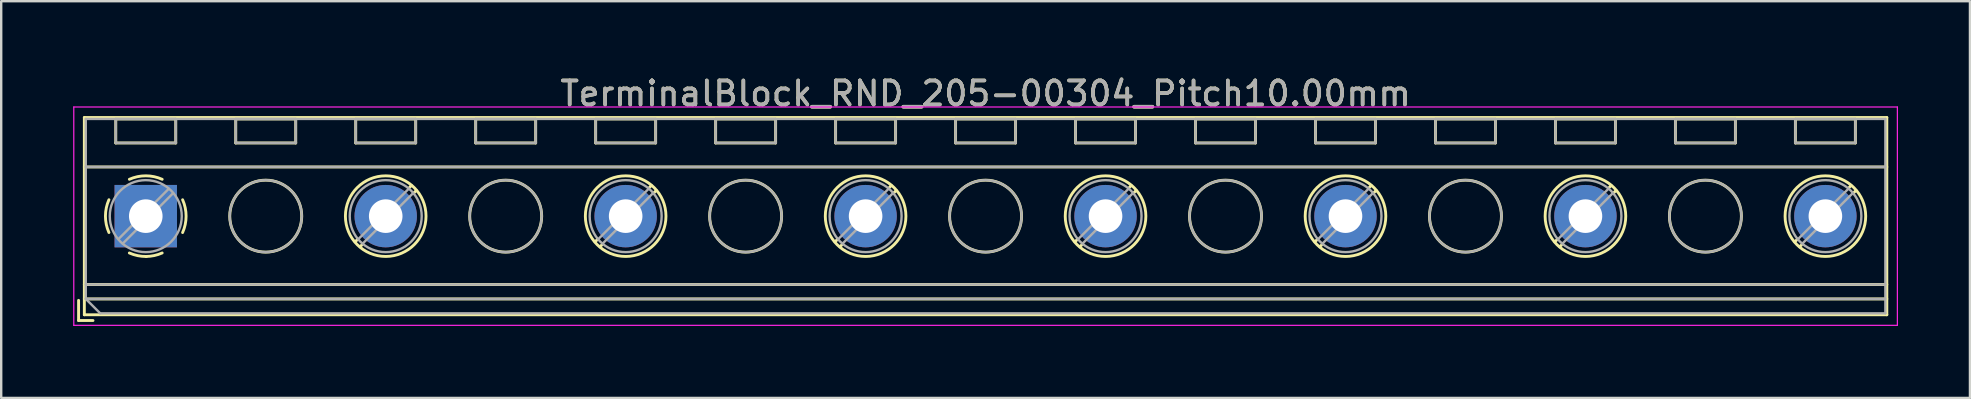
<source format=kicad_pcb>
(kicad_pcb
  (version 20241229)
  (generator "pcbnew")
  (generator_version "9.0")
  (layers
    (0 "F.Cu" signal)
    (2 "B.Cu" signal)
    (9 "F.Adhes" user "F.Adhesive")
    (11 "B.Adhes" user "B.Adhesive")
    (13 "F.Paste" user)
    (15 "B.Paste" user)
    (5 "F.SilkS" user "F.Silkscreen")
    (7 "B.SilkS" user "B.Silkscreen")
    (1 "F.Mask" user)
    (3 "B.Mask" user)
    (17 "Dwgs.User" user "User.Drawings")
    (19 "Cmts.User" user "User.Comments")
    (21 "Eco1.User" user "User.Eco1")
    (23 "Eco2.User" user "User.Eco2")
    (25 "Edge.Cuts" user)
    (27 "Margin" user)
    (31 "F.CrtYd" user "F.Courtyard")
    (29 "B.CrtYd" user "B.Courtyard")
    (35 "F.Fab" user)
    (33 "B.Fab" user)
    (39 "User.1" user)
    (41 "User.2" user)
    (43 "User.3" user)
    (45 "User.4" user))
  (footprint "TerminalBlock_RND_205-00304_Pitch10.00mm"
    (layer "F.Cu")
    (at 3.025 5.958)
    (property "Reference" "TerminalBlock_RND_205-00304_Pitch10.00mm" (at 35 -5.11 0) (layer "F.SilkS") (effects (font (size 1 1) (thickness 0.15))))
    (attr through_hole)
    (fp_line (start -2.8 3.51) (end -2.8 4.35) (stroke (width 0.12) (type solid)) (layer "F.SilkS"))
    (fp_line (start -2.8 4.35) (end -2.2 4.35) (stroke (width 0.12) (type solid)) (layer "F.SilkS"))
    (fp_line (start -2.56 -4.11) (end -2.56 4.11) (stroke (width 0.12) (type solid)) (layer "F.SilkS"))
    (fp_line (start -2.56 -2.05) (end 72.56 -2.05) (stroke (width 0.12) (type solid)) (layer "F.SilkS"))
    (fp_line (start -2.56 2.85) (end 72.56 2.85) (stroke (width 0.12) (type solid)) (layer "F.SilkS"))
    (fp_line (start -2.56 3.45) (end 72.56 3.45) (stroke (width 0.12) (type solid)) (layer "F.SilkS"))
    (fp_line (start -2.56 4.11) (end 72.56 4.11) (stroke (width 0.12) (type solid)) (layer "F.SilkS"))
    (fp_line (start -1.25 -4.05) (end -1.25 -3.05) (stroke (width 0.12) (type solid)) (layer "F.SilkS"))
    (fp_line (start -1.25 -4.05) (end 1.25 -4.05) (stroke (width 0.12) (type solid)) (layer "F.SilkS"))
    (fp_line (start -1.25 -3.05) (end 1.25 -3.05) (stroke (width 0.12) (type solid)) (layer "F.SilkS"))
    (fp_line (start 1.25 -4.05) (end 1.25 -3.05) (stroke (width 0.12) (type solid)) (layer "F.SilkS"))
    (fp_line (start 3.75 -4.05) (end 3.75 -3.05) (stroke (width 0.12) (type solid)) (layer "F.SilkS"))
    (fp_line (start 3.75 -4.05) (end 6.25 -4.05) (stroke (width 0.12) (type solid)) (layer "F.SilkS"))
    (fp_line (start 3.75 -3.05) (end 6.25 -3.05) (stroke (width 0.12) (type solid)) (layer "F.SilkS"))
    (fp_line (start 6.25 -4.05) (end 6.25 -3.05) (stroke (width 0.12) (type solid)) (layer "F.SilkS"))
    (fp_line (start 8.75 -4.05) (end 8.75 -3.05) (stroke (width 0.12) (type solid)) (layer "F.SilkS"))
    (fp_line (start 8.75 -4.05) (end 11.25 -4.05) (stroke (width 0.12) (type solid)) (layer "F.SilkS"))
    (fp_line (start 8.75 -3.05) (end 11.25 -3.05) (stroke (width 0.12) (type solid)) (layer "F.SilkS"))
    (fp_line (start 8.82 0.976) (end 8.726 1.069) (stroke (width 0.12) (type solid)) (layer "F.SilkS"))
    (fp_line (start 9.002 1.204) (end 8.931 1.274) (stroke (width 0.12) (type solid)) (layer "F.SilkS"))
    (fp_line (start 11.07 -1.275) (end 10.999 -1.204) (stroke (width 0.12) (type solid)) (layer "F.SilkS"))
    (fp_line (start 11.25 -4.05) (end 11.25 -3.05) (stroke (width 0.12) (type solid)) (layer "F.SilkS"))
    (fp_line (start 11.275 -1.069) (end 11.181 -0.976) (stroke (width 0.12) (type solid)) (layer "F.SilkS"))
    (fp_line (start 13.75 -4.05) (end 13.75 -3.05) (stroke (width 0.12) (type solid)) (layer "F.SilkS"))
    (fp_line (start 13.75 -4.05) (end 16.25 -4.05) (stroke (width 0.12) (type solid)) (layer "F.SilkS"))
    (fp_line (start 13.75 -3.05) (end 16.25 -3.05) (stroke (width 0.12) (type solid)) (layer "F.SilkS"))
    (fp_line (start 16.25 -4.05) (end 16.25 -3.05) (stroke (width 0.12) (type solid)) (layer "F.SilkS"))
    (fp_line (start 18.75 -4.05) (end 18.75 -3.05) (stroke (width 0.12) (type solid)) (layer "F.SilkS"))
    (fp_line (start 18.75 -4.05) (end 21.25 -4.05) (stroke (width 0.12) (type solid)) (layer "F.SilkS"))
    (fp_line (start 18.75 -3.05) (end 21.25 -3.05) (stroke (width 0.12) (type solid)) (layer "F.SilkS"))
    (fp_line (start 18.82 0.976) (end 18.726 1.069) (stroke (width 0.12) (type solid)) (layer "F.SilkS"))
    (fp_line (start 19.002 1.204) (end 18.931 1.274) (stroke (width 0.12) (type solid)) (layer "F.SilkS"))
    (fp_line (start 21.07 -1.275) (end 20.999 -1.204) (stroke (width 0.12) (type solid)) (layer "F.SilkS"))
    (fp_line (start 21.25 -4.05) (end 21.25 -3.05) (stroke (width 0.12) (type solid)) (layer "F.SilkS"))
    (fp_line (start 21.275 -1.069) (end 21.181 -0.976) (stroke (width 0.12) (type solid)) (layer "F.SilkS"))
    (fp_line (start 23.75 -4.05) (end 23.75 -3.05) (stroke (width 0.12) (type solid)) (layer "F.SilkS"))
    (fp_line (start 23.75 -4.05) (end 26.25 -4.05) (stroke (width 0.12) (type solid)) (layer "F.SilkS"))
    (fp_line (start 23.75 -3.05) (end 26.25 -3.05) (stroke (width 0.12) (type solid)) (layer "F.SilkS"))
    (fp_line (start 26.25 -4.05) (end 26.25 -3.05) (stroke (width 0.12) (type solid)) (layer "F.SilkS"))
    (fp_line (start 28.75 -4.05) (end 28.75 -3.05) (stroke (width 0.12) (type solid)) (layer "F.SilkS"))
    (fp_line (start 28.75 -4.05) (end 31.25 -4.05) (stroke (width 0.12) (type solid)) (layer "F.SilkS"))
    (fp_line (start 28.75 -3.05) (end 31.25 -3.05) (stroke (width 0.12) (type solid)) (layer "F.SilkS"))
    (fp_line (start 28.82 0.976) (end 28.726 1.069) (stroke (width 0.12) (type solid)) (layer "F.SilkS"))
    (fp_line (start 29.002 1.204) (end 28.931 1.274) (stroke (width 0.12) (type solid)) (layer "F.SilkS"))
    (fp_line (start 31.07 -1.275) (end 30.999 -1.204) (stroke (width 0.12) (type solid)) (layer "F.SilkS"))
    (fp_line (start 31.25 -4.05) (end 31.25 -3.05) (stroke (width 0.12) (type solid)) (layer "F.SilkS"))
    (fp_line (start 31.275 -1.069) (end 31.181 -0.976) (stroke (width 0.12) (type solid)) (layer "F.SilkS"))
    (fp_line (start 33.75 -4.05) (end 33.75 -3.05) (stroke (width 0.12) (type solid)) (layer "F.SilkS"))
    (fp_line (start 33.75 -4.05) (end 36.25 -4.05) (stroke (width 0.12) (type solid)) (layer "F.SilkS"))
    (fp_line (start 33.75 -3.05) (end 36.25 -3.05) (stroke (width 0.12) (type solid)) (layer "F.SilkS"))
    (fp_line (start 36.25 -4.05) (end 36.25 -3.05) (stroke (width 0.12) (type solid)) (layer "F.SilkS"))
    (fp_line (start 38.75 -4.05) (end 38.75 -3.05) (stroke (width 0.12) (type solid)) (layer "F.SilkS"))
    (fp_line (start 38.75 -4.05) (end 41.25 -4.05) (stroke (width 0.12) (type solid)) (layer "F.SilkS"))
    (fp_line (start 38.75 -3.05) (end 41.25 -3.05) (stroke (width 0.12) (type solid)) (layer "F.SilkS"))
    (fp_line (start 38.82 0.976) (end 38.726 1.069) (stroke (width 0.12) (type solid)) (layer "F.SilkS"))
    (fp_line (start 39.002 1.204) (end 38.931 1.274) (stroke (width 0.12) (type solid)) (layer "F.SilkS"))
    (fp_line (start 41.07 -1.275) (end 40.999 -1.204) (stroke (width 0.12) (type solid)) (layer "F.SilkS"))
    (fp_line (start 41.25 -4.05) (end 41.25 -3.05) (stroke (width 0.12) (type solid)) (layer "F.SilkS"))
    (fp_line (start 41.275 -1.069) (end 41.181 -0.976) (stroke (width 0.12) (type solid)) (layer "F.SilkS"))
    (fp_line (start 43.75 -4.05) (end 43.75 -3.05) (stroke (width 0.12) (type solid)) (layer "F.SilkS"))
    (fp_line (start 43.75 -4.05) (end 46.25 -4.05) (stroke (width 0.12) (type solid)) (layer "F.SilkS"))
    (fp_line (start 43.75 -3.05) (end 46.25 -3.05) (stroke (width 0.12) (type solid)) (layer "F.SilkS"))
    (fp_line (start 46.25 -4.05) (end 46.25 -3.05) (stroke (width 0.12) (type solid)) (layer "F.SilkS"))
    (fp_line (start 48.75 -4.05) (end 48.75 -3.05) (stroke (width 0.12) (type solid)) (layer "F.SilkS"))
    (fp_line (start 48.75 -4.05) (end 51.25 -4.05) (stroke (width 0.12) (type solid)) (layer "F.SilkS"))
    (fp_line (start 48.75 -3.05) (end 51.25 -3.05) (stroke (width 0.12) (type solid)) (layer "F.SilkS"))
    (fp_line (start 48.82 0.976) (end 48.726 1.069) (stroke (width 0.12) (type solid)) (layer "F.SilkS"))
    (fp_line (start 49.002 1.204) (end 48.931 1.274) (stroke (width 0.12) (type solid)) (layer "F.SilkS"))
    (fp_line (start 51.07 -1.275) (end 50.999 -1.204) (stroke (width 0.12) (type solid)) (layer "F.SilkS"))
    (fp_line (start 51.25 -4.05) (end 51.25 -3.05) (stroke (width 0.12) (type solid)) (layer "F.SilkS"))
    (fp_line (start 51.275 -1.069) (end 51.181 -0.976) (stroke (width 0.12) (type solid)) (layer "F.SilkS"))
    (fp_line (start 53.75 -4.05) (end 53.75 -3.05) (stroke (width 0.12) (type solid)) (layer "F.SilkS"))
    (fp_line (start 53.75 -4.05) (end 56.25 -4.05) (stroke (width 0.12) (type solid)) (layer "F.SilkS"))
    (fp_line (start 53.75 -3.05) (end 56.25 -3.05) (stroke (width 0.12) (type solid)) (layer "F.SilkS"))
    (fp_line (start 56.25 -4.05) (end 56.25 -3.05) (stroke (width 0.12) (type solid)) (layer "F.SilkS"))
    (fp_line (start 58.75 -4.05) (end 58.75 -3.05) (stroke (width 0.12) (type solid)) (layer "F.SilkS"))
    (fp_line (start 58.75 -4.05) (end 61.25 -4.05) (stroke (width 0.12) (type solid)) (layer "F.SilkS"))
    (fp_line (start 58.75 -3.05) (end 61.25 -3.05) (stroke (width 0.12) (type solid)) (layer "F.SilkS"))
    (fp_line (start 58.82 0.976) (end 58.726 1.069) (stroke (width 0.12) (type solid)) (layer "F.SilkS"))
    (fp_line (start 59.002 1.204) (end 58.931 1.274) (stroke (width 0.12) (type solid)) (layer "F.SilkS"))
    (fp_line (start 61.07 -1.275) (end 60.999 -1.204) (stroke (width 0.12) (type solid)) (layer "F.SilkS"))
    (fp_line (start 61.25 -4.05) (end 61.25 -3.05) (stroke (width 0.12) (type solid)) (layer "F.SilkS"))
    (fp_line (start 61.275 -1.069) (end 61.181 -0.976) (stroke (width 0.12) (type solid)) (layer "F.SilkS"))
    (fp_line (start 63.75 -4.05) (end 63.75 -3.05) (stroke (width 0.12) (type solid)) (layer "F.SilkS"))
    (fp_line (start 63.75 -4.05) (end 66.25 -4.05) (stroke (width 0.12) (type solid)) (layer "F.SilkS"))
    (fp_line (start 63.75 -3.05) (end 66.25 -3.05) (stroke (width 0.12) (type solid)) (layer "F.SilkS"))
    (fp_line (start 66.25 -4.05) (end 66.25 -3.05) (stroke (width 0.12) (type solid)) (layer "F.SilkS"))
    (fp_line (start 68.75 -4.05) (end 68.75 -3.05) (stroke (width 0.12) (type solid)) (layer "F.SilkS"))
    (fp_line (start 68.75 -4.05) (end 71.25 -4.05) (stroke (width 0.12) (type solid)) (layer "F.SilkS"))
    (fp_line (start 68.75 -3.05) (end 71.25 -3.05) (stroke (width 0.12) (type solid)) (layer "F.SilkS"))
    (fp_line (start 68.82 0.976) (end 68.726 1.069) (stroke (width 0.12) (type solid)) (layer "F.SilkS"))
    (fp_line (start 69.002 1.204) (end 68.931 1.274) (stroke (width 0.12) (type solid)) (layer "F.SilkS"))
    (fp_line (start 71.07 -1.275) (end 70.999 -1.204) (stroke (width 0.12) (type solid)) (layer "F.SilkS"))
    (fp_line (start 71.25 -4.05) (end 71.25 -3.05) (stroke (width 0.12) (type solid)) (layer "F.SilkS"))
    (fp_line (start 71.275 -1.069) (end 71.181 -0.976) (stroke (width 0.12) (type solid)) (layer "F.SilkS"))
    (fp_line (start 72.56 -4.11) (end -2.56 -4.11) (stroke (width 0.12) (type solid)) (layer "F.SilkS"))
    (fp_line (start 72.56 4.11) (end 72.56 -4.11) (stroke (width 0.12) (type solid)) (layer "F.SilkS"))
    (fp_arc (start -1.535427 0.683042) (mid -1.680501 -0.000524) (end -1.535 -0.684) (stroke (width 0.12) (type solid)) (layer "F.SilkS"))
    (fp_arc (start -0.683042 -1.535427) (mid 0.000524 -1.680501) (end 0.684 -1.535) (stroke (width 0.12) (type solid)) (layer "F.SilkS"))
    (fp_arc (start 0.028805 1.680253) (mid -0.335551 1.646659) (end -0.684 1.535) (stroke (width 0.12) (type solid)) (layer "F.SilkS"))
    (fp_arc (start 0.683318 1.534756) (mid 0.349292 1.643288) (end 0 1.68) (stroke (width 0.12) (type solid)) (layer "F.SilkS"))
    (fp_arc (start 1.535427 -0.683042) (mid 1.680501 0.000524) (end 1.535 0.684) (stroke (width 0.12) (type solid)) (layer "F.SilkS"))
    (fp_circle (center 5 0) (end 6.5 0) (stroke (width 0.12) (type solid)) (fill no) (layer "F.SilkS"))
    (fp_circle (center 10 0) (end 11.68 0) (stroke (width 0.12) (type solid)) (fill no) (layer "F.SilkS"))
    (fp_circle (center 15 0) (end 16.5 0) (stroke (width 0.12) (type solid)) (fill no) (layer "F.SilkS"))
    (fp_circle (center 20 0) (end 21.68 0) (stroke (width 0.12) (type solid)) (fill no) (layer "F.SilkS"))
    (fp_circle (center 25 0) (end 26.5 0) (stroke (width 0.12) (type solid)) (fill no) (layer "F.SilkS"))
    (fp_circle (center 30 0) (end 31.68 0) (stroke (width 0.12) (type solid)) (fill no) (layer "F.SilkS"))
    (fp_circle (center 35 0) (end 36.5 0) (stroke (width 0.12) (type solid)) (fill no) (layer "F.SilkS"))
    (fp_circle (center 40 0) (end 41.68 0) (stroke (width 0.12) (type solid)) (fill no) (layer "F.SilkS"))
    (fp_circle (center 45 0) (end 46.5 0) (stroke (width 0.12) (type solid)) (fill no) (layer "F.SilkS"))
    (fp_circle (center 50 0) (end 51.68 0) (stroke (width 0.12) (type solid)) (fill no) (layer "F.SilkS"))
    (fp_circle (center 55 0) (end 56.5 0) (stroke (width 0.12) (type solid)) (fill no) (layer "F.SilkS"))
    (fp_circle (center 60 0) (end 61.68 0) (stroke (width 0.12) (type solid)) (fill no) (layer "F.SilkS"))
    (fp_circle (center 65 0) (end 66.5 0) (stroke (width 0.12) (type solid)) (fill no) (layer "F.SilkS"))
    (fp_circle (center 70 0) (end 71.68 0) (stroke (width 0.12) (type solid)) (fill no) (layer "F.SilkS"))
    (fp_line (start -3 -4.55) (end -3 4.55) (stroke (width 0.05) (type solid)) (layer "F.CrtYd"))
    (fp_line (start -3 4.55) (end 73 4.55) (stroke (width 0.05) (type solid)) (layer "F.CrtYd"))
    (fp_line (start 73 -4.55) (end -3 -4.55) (stroke (width 0.05) (type solid)) (layer "F.CrtYd"))
    (fp_line (start 73 4.55) (end 73 -4.55) (stroke (width 0.05) (type solid)) (layer "F.CrtYd"))
    (fp_line (start -2.5 -4.05) (end 72.5 -4.05) (stroke (width 0.1) (type solid)) (layer "F.Fab"))
    (fp_line (start -2.5 -2.05) (end 72.5 -2.05) (stroke (width 0.1) (type solid)) (layer "F.Fab"))
    (fp_line (start -2.5 2.85) (end 72.5 2.85) (stroke (width 0.1) (type solid)) (layer "F.Fab"))
    (fp_line (start -2.5 3.45) (end -2.5 -4.05) (stroke (width 0.1) (type solid)) (layer "F.Fab"))
    (fp_line (start -2.5 3.45) (end 72.5 3.45) (stroke (width 0.1) (type solid)) (layer "F.Fab"))
    (fp_line (start -1.9 4.05) (end -2.5 3.45) (stroke (width 0.1) (type solid)) (layer "F.Fab"))
    (fp_line (start -1.25 -4.05) (end -1.25 -3.05) (stroke (width 0.1) (type solid)) (layer "F.Fab"))
    (fp_line (start -1.25 -3.05) (end 1.25 -3.05) (stroke (width 0.1) (type solid)) (layer "F.Fab"))
    (fp_line (start 0.955 -1.138) (end -1.138 0.955) (stroke (width 0.1) (type solid)) (layer "F.Fab"))
    (fp_line (start 1.138 -0.955) (end -0.955 1.138) (stroke (width 0.1) (type solid)) (layer "F.Fab"))
    (fp_line (start 1.25 -4.05) (end -1.25 -4.05) (stroke (width 0.1) (type solid)) (layer "F.Fab"))
    (fp_line (start 1.25 -3.05) (end 1.25 -4.05) (stroke (width 0.1) (type solid)) (layer "F.Fab"))
    (fp_line (start 3.75 -4.05) (end 3.75 -3.05) (stroke (width 0.1) (type solid)) (layer "F.Fab"))
    (fp_line (start 3.75 -3.05) (end 6.25 -3.05) (stroke (width 0.1) (type solid)) (layer "F.Fab"))
    (fp_line (start 6.25 -4.05) (end 3.75 -4.05) (stroke (width 0.1) (type solid)) (layer "F.Fab"))
    (fp_line (start 6.25 -3.05) (end 6.25 -4.05) (stroke (width 0.1) (type solid)) (layer "F.Fab"))
    (fp_line (start 8.75 -4.05) (end 8.75 -3.05) (stroke (width 0.1) (type solid)) (layer "F.Fab"))
    (fp_line (start 8.75 -3.05) (end 11.25 -3.05) (stroke (width 0.1) (type solid)) (layer "F.Fab"))
    (fp_line (start 10.955 -1.138) (end 8.863 0.955) (stroke (width 0.1) (type solid)) (layer "F.Fab"))
    (fp_line (start 11.138 -0.955) (end 9.046 1.138) (stroke (width 0.1) (type solid)) (layer "F.Fab"))
    (fp_line (start 11.25 -4.05) (end 8.75 -4.05) (stroke (width 0.1) (type solid)) (layer "F.Fab"))
    (fp_line (start 11.25 -3.05) (end 11.25 -4.05) (stroke (width 0.1) (type solid)) (layer "F.Fab"))
    (fp_line (start 13.75 -4.05) (end 13.75 -3.05) (stroke (width 0.1) (type solid)) (layer "F.Fab"))
    (fp_line (start 13.75 -3.05) (end 16.25 -3.05) (stroke (width 0.1) (type solid)) (layer "F.Fab"))
    (fp_line (start 16.25 -4.05) (end 13.75 -4.05) (stroke (width 0.1) (type solid)) (layer "F.Fab"))
    (fp_line (start 16.25 -3.05) (end 16.25 -4.05) (stroke (width 0.1) (type solid)) (layer "F.Fab"))
    (fp_line (start 18.75 -4.05) (end 18.75 -3.05) (stroke (width 0.1) (type solid)) (layer "F.Fab"))
    (fp_line (start 18.75 -3.05) (end 21.25 -3.05) (stroke (width 0.1) (type solid)) (layer "F.Fab"))
    (fp_line (start 20.955 -1.138) (end 18.863 0.955) (stroke (width 0.1) (type solid)) (layer "F.Fab"))
    (fp_line (start 21.138 -0.955) (end 19.046 1.138) (stroke (width 0.1) (type solid)) (layer "F.Fab"))
    (fp_line (start 21.25 -4.05) (end 18.75 -4.05) (stroke (width 0.1) (type solid)) (layer "F.Fab"))
    (fp_line (start 21.25 -3.05) (end 21.25 -4.05) (stroke (width 0.1) (type solid)) (layer "F.Fab"))
    (fp_line (start 23.75 -4.05) (end 23.75 -3.05) (stroke (width 0.1) (type solid)) (layer "F.Fab"))
    (fp_line (start 23.75 -3.05) (end 26.25 -3.05) (stroke (width 0.1) (type solid)) (layer "F.Fab"))
    (fp_line (start 26.25 -4.05) (end 23.75 -4.05) (stroke (width 0.1) (type solid)) (layer "F.Fab"))
    (fp_line (start 26.25 -3.05) (end 26.25 -4.05) (stroke (width 0.1) (type solid)) (layer "F.Fab"))
    (fp_line (start 28.75 -4.05) (end 28.75 -3.05) (stroke (width 0.1) (type solid)) (layer "F.Fab"))
    (fp_line (start 28.75 -3.05) (end 31.25 -3.05) (stroke (width 0.1) (type solid)) (layer "F.Fab"))
    (fp_line (start 30.955 -1.138) (end 28.863 0.955) (stroke (width 0.1) (type solid)) (layer "F.Fab"))
    (fp_line (start 31.138 -0.955) (end 29.046 1.138) (stroke (width 0.1) (type solid)) (layer "F.Fab"))
    (fp_line (start 31.25 -4.05) (end 28.75 -4.05) (stroke (width 0.1) (type solid)) (layer "F.Fab"))
    (fp_line (start 31.25 -3.05) (end 31.25 -4.05) (stroke (width 0.1) (type solid)) (layer "F.Fab"))
    (fp_line (start 33.75 -4.05) (end 33.75 -3.05) (stroke (width 0.1) (type solid)) (layer "F.Fab"))
    (fp_line (start 33.75 -3.05) (end 36.25 -3.05) (stroke (width 0.1) (type solid)) (layer "F.Fab"))
    (fp_line (start 36.25 -4.05) (end 33.75 -4.05) (stroke (width 0.1) (type solid)) (layer "F.Fab"))
    (fp_line (start 36.25 -3.05) (end 36.25 -4.05) (stroke (width 0.1) (type solid)) (layer "F.Fab"))
    (fp_line (start 38.75 -4.05) (end 38.75 -3.05) (stroke (width 0.1) (type solid)) (layer "F.Fab"))
    (fp_line (start 38.75 -3.05) (end 41.25 -3.05) (stroke (width 0.1) (type solid)) (layer "F.Fab"))
    (fp_line (start 40.955 -1.138) (end 38.863 0.955) (stroke (width 0.1) (type solid)) (layer "F.Fab"))
    (fp_line (start 41.138 -0.955) (end 39.046 1.138) (stroke (width 0.1) (type solid)) (layer "F.Fab"))
    (fp_line (start 41.25 -4.05) (end 38.75 -4.05) (stroke (width 0.1) (type solid)) (layer "F.Fab"))
    (fp_line (start 41.25 -3.05) (end 41.25 -4.05) (stroke (width 0.1) (type solid)) (layer "F.Fab"))
    (fp_line (start 43.75 -4.05) (end 43.75 -3.05) (stroke (width 0.1) (type solid)) (layer "F.Fab"))
    (fp_line (start 43.75 -3.05) (end 46.25 -3.05) (stroke (width 0.1) (type solid)) (layer "F.Fab"))
    (fp_line (start 46.25 -4.05) (end 43.75 -4.05) (stroke (width 0.1) (type solid)) (layer "F.Fab"))
    (fp_line (start 46.25 -3.05) (end 46.25 -4.05) (stroke (width 0.1) (type solid)) (layer "F.Fab"))
    (fp_line (start 48.75 -4.05) (end 48.75 -3.05) (stroke (width 0.1) (type solid)) (layer "F.Fab"))
    (fp_line (start 48.75 -3.05) (end 51.25 -3.05) (stroke (width 0.1) (type solid)) (layer "F.Fab"))
    (fp_line (start 50.955 -1.138) (end 48.863 0.955) (stroke (width 0.1) (type solid)) (layer "F.Fab"))
    (fp_line (start 51.138 -0.955) (end 49.046 1.138) (stroke (width 0.1) (type solid)) (layer "F.Fab"))
    (fp_line (start 51.25 -4.05) (end 48.75 -4.05) (stroke (width 0.1) (type solid)) (layer "F.Fab"))
    (fp_line (start 51.25 -3.05) (end 51.25 -4.05) (stroke (width 0.1) (type solid)) (layer "F.Fab"))
    (fp_line (start 53.75 -4.05) (end 53.75 -3.05) (stroke (width 0.1) (type solid)) (layer "F.Fab"))
    (fp_line (start 53.75 -3.05) (end 56.25 -3.05) (stroke (width 0.1) (type solid)) (layer "F.Fab"))
    (fp_line (start 56.25 -4.05) (end 53.75 -4.05) (stroke (width 0.1) (type solid)) (layer "F.Fab"))
    (fp_line (start 56.25 -3.05) (end 56.25 -4.05) (stroke (width 0.1) (type solid)) (layer "F.Fab"))
    (fp_line (start 58.75 -4.05) (end 58.75 -3.05) (stroke (width 0.1) (type solid)) (layer "F.Fab"))
    (fp_line (start 58.75 -3.05) (end 61.25 -3.05) (stroke (width 0.1) (type solid)) (layer "F.Fab"))
    (fp_line (start 60.955 -1.138) (end 58.863 0.955) (stroke (width 0.1) (type solid)) (layer "F.Fab"))
    (fp_line (start 61.138 -0.955) (end 59.046 1.138) (stroke (width 0.1) (type solid)) (layer "F.Fab"))
    (fp_line (start 61.25 -4.05) (end 58.75 -4.05) (stroke (width 0.1) (type solid)) (layer "F.Fab"))
    (fp_line (start 61.25 -3.05) (end 61.25 -4.05) (stroke (width 0.1) (type solid)) (layer "F.Fab"))
    (fp_line (start 63.75 -4.05) (end 63.75 -3.05) (stroke (width 0.1) (type solid)) (layer "F.Fab"))
    (fp_line (start 63.75 -3.05) (end 66.25 -3.05) (stroke (width 0.1) (type solid)) (layer "F.Fab"))
    (fp_line (start 66.25 -4.05) (end 63.75 -4.05) (stroke (width 0.1) (type solid)) (layer "F.Fab"))
    (fp_line (start 66.25 -3.05) (end 66.25 -4.05) (stroke (width 0.1) (type solid)) (layer "F.Fab"))
    (fp_line (start 68.75 -4.05) (end 68.75 -3.05) (stroke (width 0.1) (type solid)) (layer "F.Fab"))
    (fp_line (start 68.75 -3.05) (end 71.25 -3.05) (stroke (width 0.1) (type solid)) (layer "F.Fab"))
    (fp_line (start 70.955 -1.138) (end 68.863 0.955) (stroke (width 0.1) (type solid)) (layer "F.Fab"))
    (fp_line (start 71.138 -0.955) (end 69.046 1.138) (stroke (width 0.1) (type solid)) (layer "F.Fab"))
    (fp_line (start 71.25 -4.05) (end 68.75 -4.05) (stroke (width 0.1) (type solid)) (layer "F.Fab"))
    (fp_line (start 71.25 -3.05) (end 71.25 -4.05) (stroke (width 0.1) (type solid)) (layer "F.Fab"))
    (fp_line (start 72.5 -4.05) (end 72.5 4.05) (stroke (width 0.1) (type solid)) (layer "F.Fab"))
    (fp_line (start 72.5 4.05) (end -1.9 4.05) (stroke (width 0.1) (type solid)) (layer "F.Fab"))
    (fp_circle (center 0 0) (end 1.5 0) (stroke (width 0.1) (type solid)) (fill no) (layer "F.Fab"))
    (fp_circle (center 5 0) (end 6.5 0) (stroke (width 0.1) (type solid)) (fill no) (layer "F.Fab"))
    (fp_circle (center 10 0) (end 11.5 0) (stroke (width 0.1) (type solid)) (fill no) (layer "F.Fab"))
    (fp_circle (center 15 0) (end 16.5 0) (stroke (width 0.1) (type solid)) (fill no) (layer "F.Fab"))
    (fp_circle (center 20 0) (end 21.5 0) (stroke (width 0.1) (type solid)) (fill no) (layer "F.Fab"))
    (fp_circle (center 25 0) (end 26.5 0) (stroke (width 0.1) (type solid)) (fill no) (layer "F.Fab"))
    (fp_circle (center 30 0) (end 31.5 0) (stroke (width 0.1) (type solid)) (fill no) (layer "F.Fab"))
    (fp_circle (center 35 0) (end 36.5 0) (stroke (width 0.1) (type solid)) (fill no) (layer "F.Fab"))
    (fp_circle (center 40 0) (end 41.5 0) (stroke (width 0.1) (type solid)) (fill no) (layer "F.Fab"))
    (fp_circle (center 45 0) (end 46.5 0) (stroke (width 0.1) (type solid)) (fill no) (layer "F.Fab"))
    (fp_circle (center 50 0) (end 51.5 0) (stroke (width 0.1) (type solid)) (fill no) (layer "F.Fab"))
    (fp_circle (center 55 0) (end 56.5 0) (stroke (width 0.1) (type solid)) (fill no) (layer "F.Fab"))
    (fp_circle (center 60 0) (end 61.5 0) (stroke (width 0.1) (type solid)) (fill no) (layer "F.Fab"))
    (fp_circle (center 65 0) (end 66.5 0) (stroke (width 0.1) (type solid)) (fill no) (layer "F.Fab"))
    (fp_circle (center 70 0) (end 71.5 0) (stroke (width 0.1) (type solid)) (fill no) (layer "F.Fab"))
    (fp_text user "${REFERENCE}" (at 35 -5.11 0) (layer "F.Fab") (effects (font (size 1 1) (thickness 0.15))))
    (pad "1" thru_hole rect (at 0 0) (size 2.6 2.6) (drill 1.4) (layers "*.Cu" "*.Mask"))
    (pad "2" thru_hole oval (at 10 0) (size 2.6 2.6) (drill 1.4) (layers "*.Cu" "*.Mask"))
    (pad "3" thru_hole oval (at 20 0) (size 2.6 2.6) (drill 1.4) (layers "*.Cu" "*.Mask"))
    (pad "4" thru_hole oval (at 30 0) (size 2.6 2.6) (drill 1.4) (layers "*.Cu" "*.Mask"))
    (pad "5" thru_hole oval (at 40 0) (size 2.6 2.6) (drill 1.4) (layers "*.Cu" "*.Mask"))
    (pad "6" thru_hole oval (at 50 0) (size 2.6 2.6) (drill 1.4) (layers "*.Cu" "*.Mask"))
    (pad "7" thru_hole oval (at 60 0) (size 2.6 2.6) (drill 1.4) (layers "*.Cu" "*.Mask"))
    (pad "8" thru_hole oval (at 70 0) (size 2.6 2.6) (drill 1.4) (layers "*.Cu" "*.Mask")))
  (gr_rect
    (start -3 -3)
    (end 79.05 13.533)
    (stroke (width 0.1) (type default))
    (fill no)
    (layer "Edge.Cuts")))
</source>
